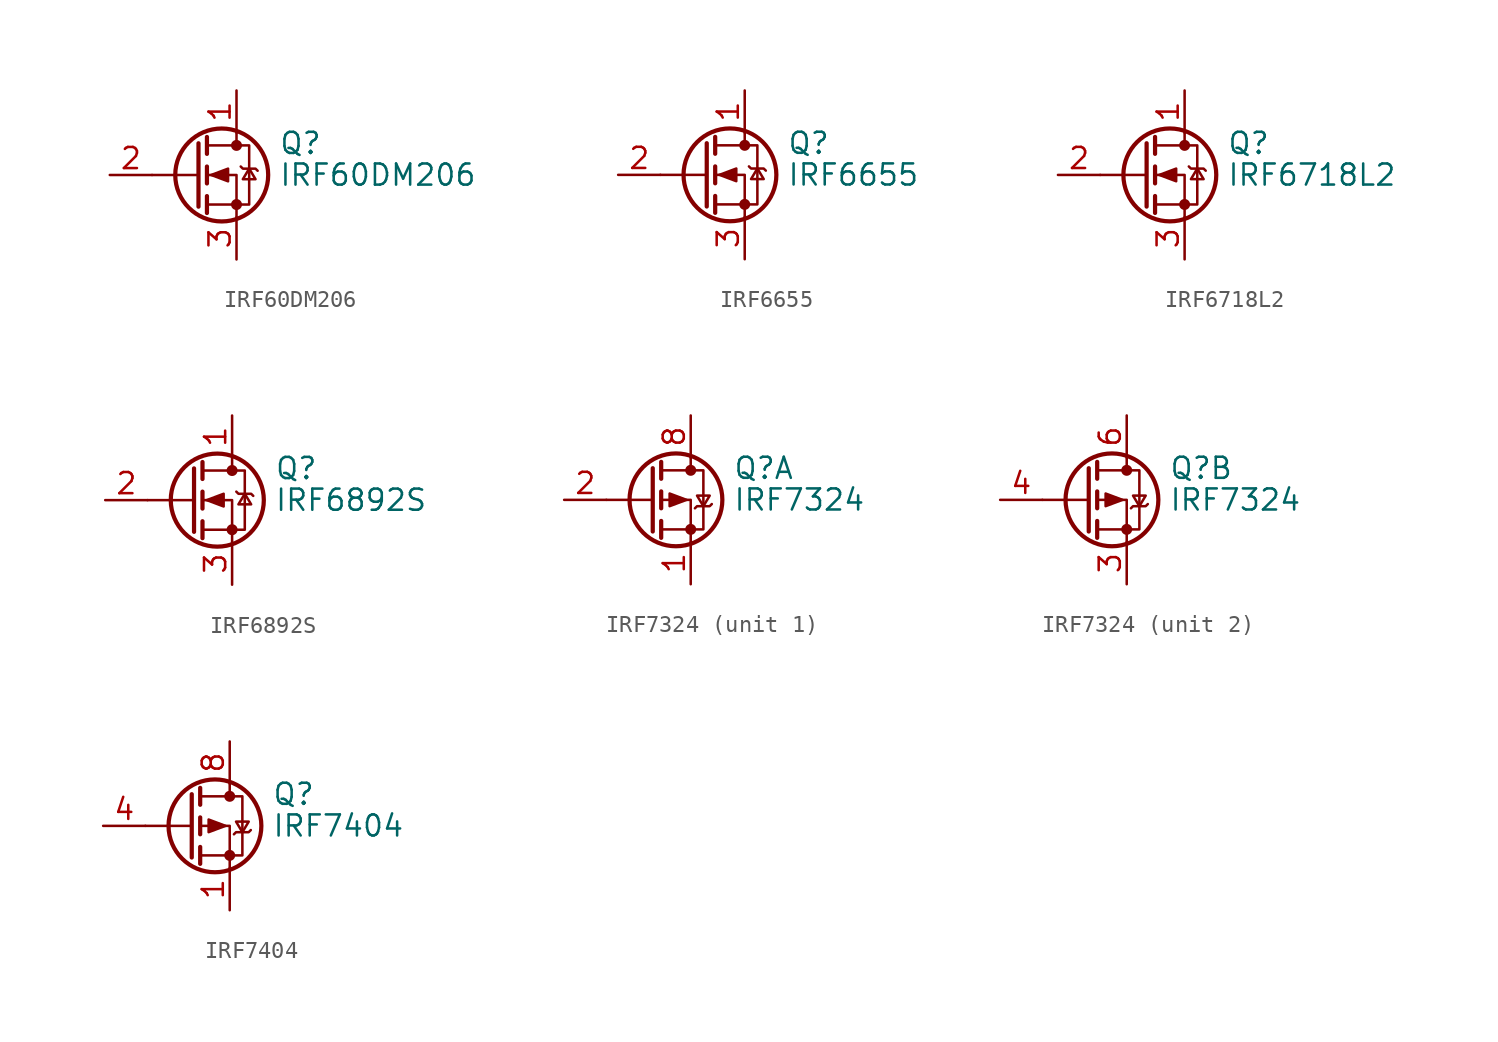
<source format=kicad_sym>
(kicad_symbol_lib
  (version 20220914)
  (generator kicad_symbol_editor)
  (symbol "IRF60DM206"
    (pin_names hide)
    (property "Reference" "Q"
      (at 5.08 1.905 0)
      (effects (font (size 1.27 1.27)) (justify left)))
    (property "Value" "IRF60DM206"
      (at 5.08 0 0)
      (effects (font (size 1.27 1.27)) (justify left)))
    (symbol "IRF60DM206_0_1"
      (polyline (pts (xy 0.254 0) (xy -2.54 0)) (stroke (width 0) (type default)) (fill (type none)))
      (polyline (pts (xy 0.254 1.905) (xy 0.254 -1.905)) (stroke (width 0.254) (type default)) (fill (type none)))
      (polyline (pts (xy 0.762 -1.27) (xy 0.762 -2.286)) (stroke (width 0.254) (type default)) (fill (type none)))
      (polyline (pts (xy 0.762 0.508) (xy 0.762 -0.508)) (stroke (width 0.254) (type default)) (fill (type none)))
      (polyline (pts (xy 0.762 2.286) (xy 0.762 1.27)) (stroke (width 0.254) (type default)) (fill (type none)))
      (polyline (pts (xy 2.54 2.54) (xy 2.54 1.778)) (stroke (width 0) (type default)) (fill (type none)))
      (polyline (pts (xy 2.54 -2.54) (xy 2.54 0) (xy 0.762 0)) (stroke (width 0) (type default)) (fill (type none)))
      (polyline (pts (xy 0.762 -1.778) (xy 3.302 -1.778) (xy 3.302 1.778) (xy 0.762 1.778)) (stroke (width 0) (type default)) (fill (type none)))
      (polyline (pts (xy 1.016 0) (xy 2.032 0.381) (xy 2.032 -0.381) (xy 1.016 0)) (stroke (width 0) (type default)) (fill (type outline)))
      (polyline (pts (xy 2.794 0.508) (xy 2.921 0.381) (xy 3.683 0.381) (xy 3.81 0.254)) (stroke (width 0) (type default)) (fill (type none)))
      (polyline (pts (xy 3.302 0.381) (xy 2.921 -0.254) (xy 3.683 -0.254) (xy 3.302 0.381)) (stroke (width 0) (type default)) (fill (type none)))
      (circle (center 1.651 0) (radius 2.794) (stroke (width 0.254) (type default)) (fill (type none)))
      (circle (center 2.54 -1.778) (radius 0.254) (stroke (width 0) (type default)) (fill (type outline)))
      (circle (center 2.54 1.778) (radius 0.254) (stroke (width 0) (type default)) (fill (type outline))))
    (symbol "IRF60DM206_1_1"
      (pin passive line (at 2.54 5.08 270) (length 2.54) (name "D" (effects (font (size 1.27 1.27)))) (number "1" (effects (font (size 1.27 1.27)))))
      (pin input line (at -5.08 0 0) (length 2.54) (name "G" (effects (font (size 1.27 1.27)))) (number "2" (effects (font (size 1.27 1.27)))))
      (pin passive line (at 2.54 -5.08 90) (length 2.54) (name "S" (effects (font (size 1.27 1.27)))) (number "3" (effects (font (size 1.27 1.27)))))))
  (symbol "IRF6655"
    (pin_names hide)
    (property "Reference" "Q"
      (at 5.08 1.905 0)
      (effects (font (size 1.27 1.27)) (justify left)))
    (property "Value" "IRF6655"
      (at 5.08 0 0)
      (effects (font (size 1.27 1.27)) (justify left)))
    (symbol "IRF6655_0_1"
      (polyline (pts (xy 0.254 0) (xy -2.54 0)) (stroke (width 0) (type default)) (fill (type none)))
      (polyline (pts (xy 0.254 1.905) (xy 0.254 -1.905)) (stroke (width 0.254) (type default)) (fill (type none)))
      (polyline (pts (xy 0.762 -1.27) (xy 0.762 -2.286)) (stroke (width 0.254) (type default)) (fill (type none)))
      (polyline (pts (xy 0.762 0.508) (xy 0.762 -0.508)) (stroke (width 0.254) (type default)) (fill (type none)))
      (polyline (pts (xy 0.762 2.286) (xy 0.762 1.27)) (stroke (width 0.254) (type default)) (fill (type none)))
      (polyline (pts (xy 2.54 2.54) (xy 2.54 1.778)) (stroke (width 0) (type default)) (fill (type none)))
      (polyline (pts (xy 2.54 -2.54) (xy 2.54 0) (xy 0.762 0)) (stroke (width 0) (type default)) (fill (type none)))
      (polyline (pts (xy 0.762 -1.778) (xy 3.302 -1.778) (xy 3.302 1.778) (xy 0.762 1.778)) (stroke (width 0) (type default)) (fill (type none)))
      (polyline (pts (xy 1.016 0) (xy 2.032 0.381) (xy 2.032 -0.381) (xy 1.016 0)) (stroke (width 0) (type default)) (fill (type outline)))
      (polyline (pts (xy 2.794 0.508) (xy 2.921 0.381) (xy 3.683 0.381) (xy 3.81 0.254)) (stroke (width 0) (type default)) (fill (type none)))
      (polyline (pts (xy 3.302 0.381) (xy 2.921 -0.254) (xy 3.683 -0.254) (xy 3.302 0.381)) (stroke (width 0) (type default)) (fill (type none)))
      (circle (center 1.651 0) (radius 2.794) (stroke (width 0.254) (type default)) (fill (type none)))
      (circle (center 2.54 -1.778) (radius 0.254) (stroke (width 0) (type default)) (fill (type outline)))
      (circle (center 2.54 1.778) (radius 0.254) (stroke (width 0) (type default)) (fill (type outline))))
    (symbol "IRF6655_1_1"
      (pin passive line (at 2.54 5.08 270) (length 2.54) (name "D" (effects (font (size 1.27 1.27)))) (number "1" (effects (font (size 1.27 1.27)))))
      (pin input line (at -5.08 0 0) (length 2.54) (name "G" (effects (font (size 1.27 1.27)))) (number "2" (effects (font (size 1.27 1.27)))))
      (pin passive line (at 2.54 -5.08 90) (length 2.54) (name "S" (effects (font (size 1.27 1.27)))) (number "3" (effects (font (size 1.27 1.27)))))))
  (symbol "IRF6718L2"
    (pin_names hide)
    (property "Reference" "Q"
      (at 5.08 1.905 0)
      (effects (font (size 1.27 1.27)) (justify left)))
    (property "Value" "IRF6718L2"
      (at 5.08 0 0)
      (effects (font (size 1.27 1.27)) (justify left)))
    (symbol "IRF6718L2_0_1"
      (polyline (pts (xy 0.254 0) (xy -2.54 0)) (stroke (width 0) (type default)) (fill (type none)))
      (polyline (pts (xy 0.254 1.905) (xy 0.254 -1.905)) (stroke (width 0.254) (type default)) (fill (type none)))
      (polyline (pts (xy 0.762 -1.27) (xy 0.762 -2.286)) (stroke (width 0.254) (type default)) (fill (type none)))
      (polyline (pts (xy 0.762 0.508) (xy 0.762 -0.508)) (stroke (width 0.254) (type default)) (fill (type none)))
      (polyline (pts (xy 0.762 2.286) (xy 0.762 1.27)) (stroke (width 0.254) (type default)) (fill (type none)))
      (polyline (pts (xy 2.54 2.54) (xy 2.54 1.778)) (stroke (width 0) (type default)) (fill (type none)))
      (polyline (pts (xy 2.54 -2.54) (xy 2.54 0) (xy 0.762 0)) (stroke (width 0) (type default)) (fill (type none)))
      (polyline (pts (xy 0.762 -1.778) (xy 3.302 -1.778) (xy 3.302 1.778) (xy 0.762 1.778)) (stroke (width 0) (type default)) (fill (type none)))
      (polyline (pts (xy 1.016 0) (xy 2.032 0.381) (xy 2.032 -0.381) (xy 1.016 0)) (stroke (width 0) (type default)) (fill (type outline)))
      (polyline (pts (xy 2.794 0.508) (xy 2.921 0.381) (xy 3.683 0.381) (xy 3.81 0.254)) (stroke (width 0) (type default)) (fill (type none)))
      (polyline (pts (xy 3.302 0.381) (xy 2.921 -0.254) (xy 3.683 -0.254) (xy 3.302 0.381)) (stroke (width 0) (type default)) (fill (type none)))
      (circle (center 1.651 0) (radius 2.794) (stroke (width 0.254) (type default)) (fill (type none)))
      (circle (center 2.54 -1.778) (radius 0.254) (stroke (width 0) (type default)) (fill (type outline)))
      (circle (center 2.54 1.778) (radius 0.254) (stroke (width 0) (type default)) (fill (type outline))))
    (symbol "IRF6718L2_1_1"
      (pin passive line (at 2.54 5.08 270) (length 2.54) (name "D" (effects (font (size 1.27 1.27)))) (number "1" (effects (font (size 1.27 1.27)))))
      (pin input line (at -5.08 0 0) (length 2.54) (name "G" (effects (font (size 1.27 1.27)))) (number "2" (effects (font (size 1.27 1.27)))))
      (pin passive line (at 2.54 -5.08 90) (length 2.54) (name "S" (effects (font (size 1.27 1.27)))) (number "3" (effects (font (size 1.27 1.27)))))))
  (symbol "IRF6892S"
    (pin_names hide)
    (property "Reference" "Q"
      (at 5.08 1.905 0)
      (effects (font (size 1.27 1.27)) (justify left)))
    (property "Value" "IRF6892S"
      (at 5.08 0 0)
      (effects (font (size 1.27 1.27)) (justify left)))
    (symbol "IRF6892S_0_1"
      (polyline (pts (xy 0.254 0) (xy -2.54 0)) (stroke (width 0) (type default)) (fill (type none)))
      (polyline (pts (xy 0.254 1.905) (xy 0.254 -1.905)) (stroke (width 0.254) (type default)) (fill (type none)))
      (polyline (pts (xy 0.762 -1.27) (xy 0.762 -2.286)) (stroke (width 0.254) (type default)) (fill (type none)))
      (polyline (pts (xy 0.762 0.508) (xy 0.762 -0.508)) (stroke (width 0.254) (type default)) (fill (type none)))
      (polyline (pts (xy 0.762 2.286) (xy 0.762 1.27)) (stroke (width 0.254) (type default)) (fill (type none)))
      (polyline (pts (xy 2.54 2.54) (xy 2.54 1.778)) (stroke (width 0) (type default)) (fill (type none)))
      (polyline (pts (xy 2.54 -2.54) (xy 2.54 0) (xy 0.762 0)) (stroke (width 0) (type default)) (fill (type none)))
      (polyline (pts (xy 0.762 -1.778) (xy 3.302 -1.778) (xy 3.302 1.778) (xy 0.762 1.778)) (stroke (width 0) (type default)) (fill (type none)))
      (polyline (pts (xy 1.016 0) (xy 2.032 0.381) (xy 2.032 -0.381) (xy 1.016 0)) (stroke (width 0) (type default)) (fill (type outline)))
      (polyline (pts (xy 2.794 0.508) (xy 2.921 0.381) (xy 3.683 0.381) (xy 3.81 0.254)) (stroke (width 0) (type default)) (fill (type none)))
      (polyline (pts (xy 3.302 0.381) (xy 2.921 -0.254) (xy 3.683 -0.254) (xy 3.302 0.381)) (stroke (width 0) (type default)) (fill (type none)))
      (circle (center 1.651 0) (radius 2.794) (stroke (width 0.254) (type default)) (fill (type none)))
      (circle (center 2.54 -1.778) (radius 0.254) (stroke (width 0) (type default)) (fill (type outline)))
      (circle (center 2.54 1.778) (radius 0.254) (stroke (width 0) (type default)) (fill (type outline))))
    (symbol "IRF6892S_1_1"
      (pin passive line (at 2.54 5.08 270) (length 2.54) (name "D" (effects (font (size 1.27 1.27)))) (number "1" (effects (font (size 1.27 1.27)))))
      (pin input line (at -5.08 0 0) (length 2.54) (name "G" (effects (font (size 1.27 1.27)))) (number "2" (effects (font (size 1.27 1.27)))))
      (pin passive line (at 2.54 -5.08 90) (length 2.54) (name "S" (effects (font (size 1.27 1.27)))) (number "3" (effects (font (size 1.27 1.27)))))))
  (symbol "IRF7324"
    (pin_names hide)
    (property "Reference" "Q"
      (at 5.08 1.905 0)
      (effects (font (size 1.27 1.27)) (justify left)))
    (property "Value" "IRF7324"
      (at 5.08 0 0)
      (effects (font (size 1.27 1.27)) (justify left)))
    (symbol "IRF7324_0_1"
      (polyline (pts (xy 0.254 0) (xy -2.54 0)) (stroke (width 0) (type default)) (fill (type none)))
      (polyline (pts (xy 0.254 1.905) (xy 0.254 -1.905)) (stroke (width 0.254) (type default)) (fill (type none)))
      (polyline (pts (xy 0.762 -1.27) (xy 0.762 -2.286)) (stroke (width 0.254) (type default)) (fill (type none)))
      (polyline (pts (xy 0.762 0.508) (xy 0.762 -0.508)) (stroke (width 0.254) (type default)) (fill (type none)))
      (polyline (pts (xy 0.762 2.286) (xy 0.762 1.27)) (stroke (width 0.254) (type default)) (fill (type none)))
      (polyline (pts (xy 2.54 2.54) (xy 2.54 1.778)) (stroke (width 0) (type default)) (fill (type none)))
      (polyline (pts (xy 2.54 -2.54) (xy 2.54 0) (xy 0.762 0)) (stroke (width 0) (type default)) (fill (type none)))
      (polyline (pts (xy 0.762 1.778) (xy 3.302 1.778) (xy 3.302 -1.778) (xy 0.762 -1.778)) (stroke (width 0) (type default)) (fill (type none)))
      (polyline (pts (xy 2.286 0) (xy 1.27 0.381) (xy 1.27 -0.381) (xy 2.286 0)) (stroke (width 0) (type default)) (fill (type outline)))
      (polyline (pts (xy 2.794 -0.508) (xy 2.921 -0.381) (xy 3.683 -0.381) (xy 3.81 -0.254)) (stroke (width 0) (type default)) (fill (type none)))
      (polyline (pts (xy 3.302 -0.381) (xy 2.921 0.254) (xy 3.683 0.254) (xy 3.302 -0.381)) (stroke (width 0) (type default)) (fill (type none)))
      (circle (center 1.651 0) (radius 2.794) (stroke (width 0.254) (type default)) (fill (type none)))
      (circle (center 2.54 -1.778) (radius 0.254) (stroke (width 0) (type default)) (fill (type outline)))
      (circle (center 2.54 1.778) (radius 0.254) (stroke (width 0) (type default)) (fill (type outline))))
    (symbol "IRF7324_1_1"
      (pin passive line (at 2.54 -5.08 90) (length 2.54) (name "S1" (effects (font (size 1.27 1.27)))) (number "1" (effects (font (size 1.27 1.27)))))
      (pin input line (at -5.08 0 0) (length 2.54) (name "G1" (effects (font (size 1.27 1.27)))) (number "2" (effects (font (size 1.27 1.27)))))
      (pin passive line (at 2.54 5.08 270) (length 2.54) hide (name "D1" (effects (font (size 1.27 1.27)))) (number "7" (effects (font (size 1.27 1.27)))))
      (pin passive line (at 2.54 5.08 270) (length 2.54) (name "D1" (effects (font (size 1.27 1.27)))) (number "8" (effects (font (size 1.27 1.27))))))
    (symbol "IRF7324_2_1"
      (pin passive line (at 2.54 -5.08 90) (length 2.54) (name "S2" (effects (font (size 1.27 1.27)))) (number "3" (effects (font (size 1.27 1.27)))))
      (pin input line (at -5.08 0 0) (length 2.54) (name "G2" (effects (font (size 1.27 1.27)))) (number "4" (effects (font (size 1.27 1.27)))))
      (pin passive line (at 2.54 5.08 270) (length 2.54) hide (name "D2" (effects (font (size 1.27 1.27)))) (number "5" (effects (font (size 1.27 1.27)))))
      (pin passive line (at 2.54 5.08 270) (length 2.54) (name "D2" (effects (font (size 1.27 1.27)))) (number "6" (effects (font (size 1.27 1.27)))))))
  (symbol "IRF7404"
    (pin_names hide)
    (property "Reference" "Q"
      (at 5.08 1.905 0)
      (effects (font (size 1.27 1.27)) (justify left)))
    (property "Value" "IRF7404"
      (at 5.08 0 0)
      (effects (font (size 1.27 1.27)) (justify left)))
    (symbol "IRF7404_0_1"
      (polyline (pts (xy 0.254 0) (xy -2.54 0)) (stroke (width 0) (type default)) (fill (type none)))
      (polyline (pts (xy 0.254 1.905) (xy 0.254 -1.905)) (stroke (width 0.254) (type default)) (fill (type none)))
      (polyline (pts (xy 0.762 -1.27) (xy 0.762 -2.286)) (stroke (width 0.254) (type default)) (fill (type none)))
      (polyline (pts (xy 0.762 0.508) (xy 0.762 -0.508)) (stroke (width 0.254) (type default)) (fill (type none)))
      (polyline (pts (xy 0.762 2.286) (xy 0.762 1.27)) (stroke (width 0.254) (type default)) (fill (type none)))
      (polyline (pts (xy 2.54 2.54) (xy 2.54 1.778)) (stroke (width 0) (type default)) (fill (type none)))
      (polyline (pts (xy 2.54 -2.54) (xy 2.54 0) (xy 0.762 0)) (stroke (width 0) (type default)) (fill (type none)))
      (polyline (pts (xy 0.762 1.778) (xy 3.302 1.778) (xy 3.302 -1.778) (xy 0.762 -1.778)) (stroke (width 0) (type default)) (fill (type none)))
      (polyline (pts (xy 2.286 0) (xy 1.27 0.381) (xy 1.27 -0.381) (xy 2.286 0)) (stroke (width 0) (type default)) (fill (type outline)))
      (polyline (pts (xy 2.794 -0.508) (xy 2.921 -0.381) (xy 3.683 -0.381) (xy 3.81 -0.254)) (stroke (width 0) (type default)) (fill (type none)))
      (polyline (pts (xy 3.302 -0.381) (xy 2.921 0.254) (xy 3.683 0.254) (xy 3.302 -0.381)) (stroke (width 0) (type default)) (fill (type none)))
      (circle (center 1.651 0) (radius 2.794) (stroke (width 0.254) (type default)) (fill (type none)))
      (circle (center 2.54 -1.778) (radius 0.254) (stroke (width 0) (type default)) (fill (type outline)))
      (circle (center 2.54 1.778) (radius 0.254) (stroke (width 0) (type default)) (fill (type outline))))
    (symbol "IRF7404_1_1"
      (pin passive line (at 2.54 -5.08 90) (length 2.54) (name "S" (effects (font (size 1.27 1.27)))) (number "1" (effects (font (size 1.27 1.27)))))
      (pin passive line (at 2.54 -5.08 90) (length 2.54) hide (name "S" (effects (font (size 1.27 1.27)))) (number "2" (effects (font (size 1.27 1.27)))))
      (pin passive line (at 2.54 -5.08 90) (length 2.54) hide (name "S" (effects (font (size 1.27 1.27)))) (number "3" (effects (font (size 1.27 1.27)))))
      (pin passive line (at -5.08 0 0) (length 2.54) (name "G" (effects (font (size 1.27 1.27)))) (number "4" (effects (font (size 1.27 1.27)))))
      (pin passive line (at 2.54 5.08 270) (length 2.54) hide (name "D" (effects (font (size 1.27 1.27)))) (number "5" (effects (font (size 1.27 1.27)))))
      (pin passive line (at 2.54 5.08 270) (length 2.54) hide (name "D" (effects (font (size 1.27 1.27)))) (number "6" (effects (font (size 1.27 1.27)))))
      (pin passive line (at 2.54 5.08 270) (length 2.54) hide (name "D" (effects (font (size 1.27 1.27)))) (number "7" (effects (font (size 1.27 1.27)))))
      (pin passive line (at 2.54 5.08 270) (length 2.54) (name "D" (effects (font (size 1.27 1.27)))) (number "8" (effects (font (size 1.27 1.27))))))))
</source>
